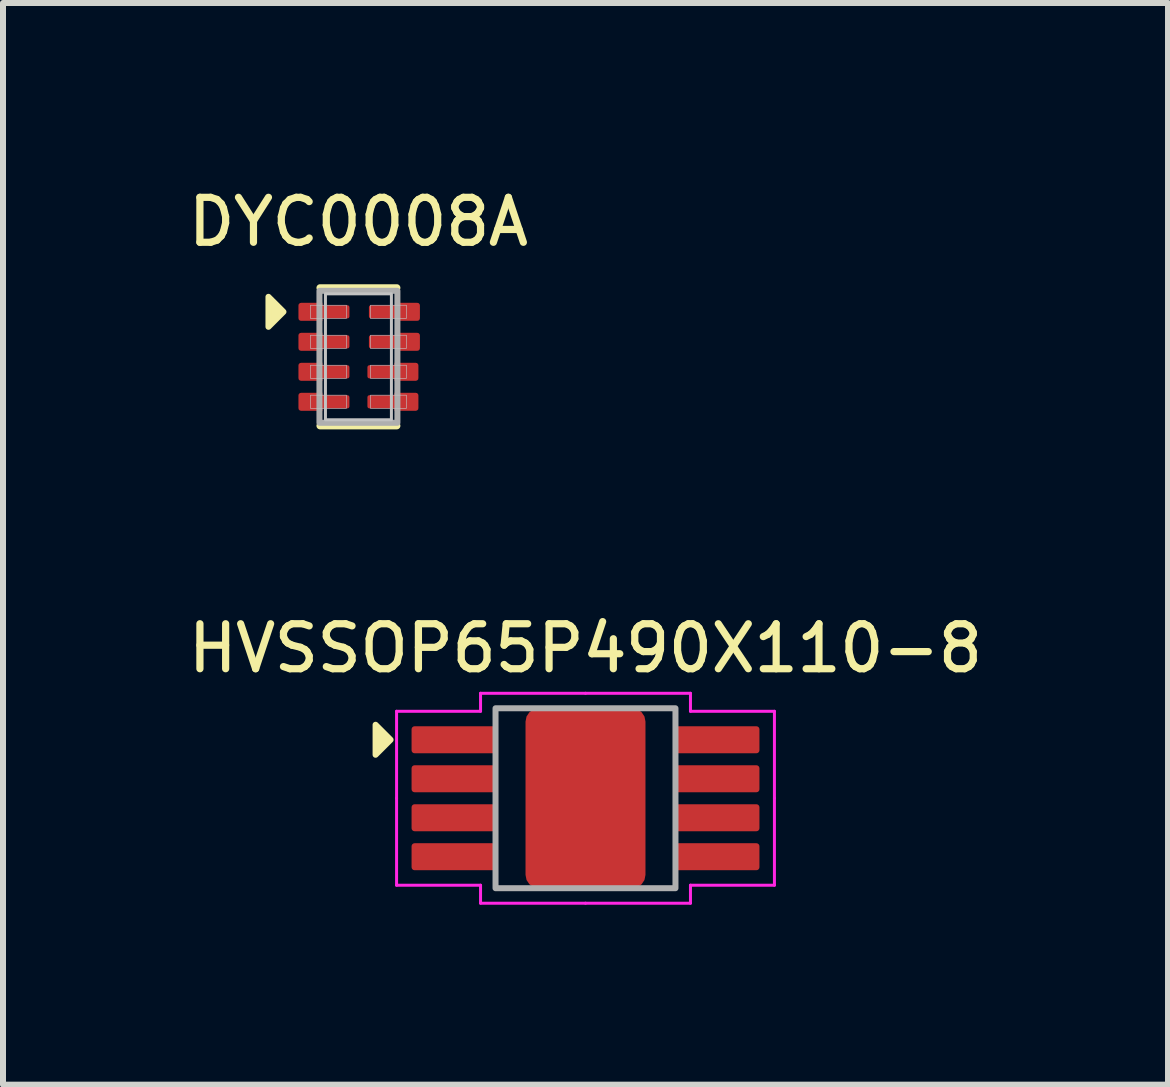
<source format=kicad_pcb>
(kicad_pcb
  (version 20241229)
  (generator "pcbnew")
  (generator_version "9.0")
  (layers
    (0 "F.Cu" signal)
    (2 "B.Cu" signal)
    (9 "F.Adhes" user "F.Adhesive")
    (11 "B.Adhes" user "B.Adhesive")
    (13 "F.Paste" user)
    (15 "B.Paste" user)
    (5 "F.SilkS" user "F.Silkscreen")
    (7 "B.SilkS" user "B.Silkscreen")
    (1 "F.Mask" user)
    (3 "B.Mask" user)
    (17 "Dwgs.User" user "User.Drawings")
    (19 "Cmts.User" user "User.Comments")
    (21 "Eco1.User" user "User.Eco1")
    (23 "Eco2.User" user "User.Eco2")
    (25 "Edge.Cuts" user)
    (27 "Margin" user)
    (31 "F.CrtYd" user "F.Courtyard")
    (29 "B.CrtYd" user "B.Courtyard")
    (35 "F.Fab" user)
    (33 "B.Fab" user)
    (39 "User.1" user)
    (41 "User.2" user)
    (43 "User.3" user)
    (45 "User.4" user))
  (footprint "DYC0008A"
    (layer "F.Cu")
    (at 2.926 2.899)
    (property "Reference" "DYC0008A" (at 0 -2.25 0) (unlocked yes) (layer "F.SilkS") (effects (font (size 0.75 0.75) (thickness 0.12))))
    (attr smd)
    (fp_line (start 0.64 -1.15) (end -0.64 -1.15) (stroke (width 0.12) (type solid)) (layer "F.SilkS"))
    (fp_line (start 0.64 1.15) (end -0.64 1.15) (stroke (width 0.12) (type solid)) (layer "F.SilkS"))
    (fp_poly (pts (xy -1.25 -0.75) (xy -1.5 -0.5) (xy -1.5 -1)) (stroke (width 0.1) (type solid)) (fill yes) (layer "F.SilkS"))
    (fp_rect (start -0.8 -0.86) (end -0.2 -0.64) (stroke (width 0.01) (type solid)) (fill no) (layer "Dwgs.User"))
    (fp_rect (start -0.8 -0.36) (end -0.2 -0.14) (stroke (width 0.01) (type solid)) (fill no) (layer "Dwgs.User"))
    (fp_rect (start -0.8 0.14) (end -0.2 0.36) (stroke (width 0.01) (type solid)) (fill no) (layer "Dwgs.User"))
    (fp_rect (start -0.8 0.64) (end -0.2 0.86) (stroke (width 0.01) (type solid)) (fill no) (layer "Dwgs.User"))
    (fp_rect (start -0.55 -1.05) (end 0.55 1.05) (stroke (width 0.05) (type solid)) (fill no) (layer "Dwgs.User"))
    (fp_rect (start 0.2 -0.86) (end 0.8 -0.64) (stroke (width 0.01) (type solid)) (fill no) (layer "Dwgs.User"))
    (fp_rect (start 0.2 -0.36) (end 0.8 -0.14) (stroke (width 0.01) (type solid)) (fill no) (layer "Dwgs.User"))
    (fp_rect (start 0.2 0.14) (end 0.8 0.36) (stroke (width 0.01) (type solid)) (fill no) (layer "Dwgs.User"))
    (fp_rect (start 0.2 0.64) (end 0.8 0.86) (stroke (width 0.01) (type solid)) (fill no) (layer "Dwgs.User"))
    (fp_rect (start -0.65 -1.1) (end 0.65 1.1) (stroke (width 0.1) (type solid)) (fill no) (layer "F.Fab"))
    (pad "1" smd custom (at -0.575 -0.75) (size 0.22 0.22) (layers "F.Cu" "F.Mask" "F.Paste") (options (anchor circle)) (primitives (gr_poly (pts (xy -0.425 -0.077) (xy -0.422 -0.09) (xy -0.415 -0.1) (xy -0.405 -0.107) (xy -0.392 -0.11) (xy 0.392 -0.11) (xy 0.405 -0.107) (xy 0.415 -0.1) (xy 0.422 -0.09) (xy 0.425 -0.077) (xy 0.425 0.077) (xy 0.422 0.09) (xy 0.415 0.1) (xy 0.405 0.107) (xy 0.392 0.11) (xy -0.392 0.11) (xy -0.405 0.107) (xy -0.415 0.1) (xy -0.422 0.09) (xy -0.425 0.077)) (width 0) (fill yes)) (gr_circle (center -0.385 0.11) (end -0.425 0.11) (width 0) (fill yes)) (gr_circle (center -0.385 -0.11) (end -0.425 -0.11) (width 0) (fill yes)) (gr_poly (pts (xy -0.425 0.11) (xy -0.425 -0.11) (xy -0.385 -0.15) (xy -0.025 -0.15) (xy -0.025 0.15) (xy -0.385 0.15)) (width 0) (fill yes))))
    (pad "2" smd custom (at -0.575 -0.25) (size 0.22 0.22) (layers "F.Cu" "F.Mask" "F.Paste") (options (anchor circle)) (primitives (gr_poly (pts (xy -0.425 -0.077) (xy -0.422 -0.09) (xy -0.415 -0.1) (xy -0.405 -0.107) (xy -0.392 -0.11) (xy 0.392 -0.11) (xy 0.405 -0.107) (xy 0.415 -0.1) (xy 0.422 -0.09) (xy 0.425 -0.077) (xy 0.425 0.077) (xy 0.422 0.09) (xy 0.415 0.1) (xy 0.405 0.107) (xy 0.392 0.11) (xy -0.392 0.11) (xy -0.405 0.107) (xy -0.415 0.1) (xy -0.422 0.09) (xy -0.425 0.077)) (width 0) (fill yes)) (gr_circle (center -0.385 0.11) (end -0.425 0.11) (width 0) (fill yes)) (gr_circle (center -0.385 -0.11) (end -0.425 -0.11) (width 0) (fill yes)) (gr_poly (pts (xy -0.425 0.11) (xy -0.425 -0.11) (xy -0.385 -0.15) (xy -0.025 -0.15) (xy -0.025 0.15) (xy -0.385 0.15)) (width 0) (fill yes))))
    (pad "3" smd custom (at -0.575 0.25) (size 0.22 0.22) (layers "F.Cu" "F.Mask" "F.Paste") (options (anchor circle)) (primitives (gr_poly (pts (xy -0.425 -0.077) (xy -0.422 -0.09) (xy -0.415 -0.1) (xy -0.405 -0.107) (xy -0.392 -0.11) (xy 0.392 -0.11) (xy 0.405 -0.107) (xy 0.415 -0.1) (xy 0.422 -0.09) (xy 0.425 -0.077) (xy 0.425 0.077) (xy 0.422 0.09) (xy 0.415 0.1) (xy 0.405 0.107) (xy 0.392 0.11) (xy -0.392 0.11) (xy -0.405 0.107) (xy -0.415 0.1) (xy -0.422 0.09) (xy -0.425 0.077)) (width 0) (fill yes)) (gr_circle (center -0.385 0.11) (end -0.425 0.11) (width 0) (fill yes)) (gr_circle (center -0.385 -0.11) (end -0.425 -0.11) (width 0) (fill yes)) (gr_poly (pts (xy -0.425 0.11) (xy -0.425 -0.11) (xy -0.385 -0.15) (xy -0.025 -0.15) (xy -0.025 0.15) (xy -0.385 0.15)) (width 0) (fill yes))))
    (pad "4" smd custom (at -0.575 0.75) (size 0.22 0.22) (layers "F.Cu" "F.Mask" "F.Paste") (options (anchor circle)) (primitives (gr_poly (pts (xy -0.425 -0.077) (xy -0.422 -0.09) (xy -0.415 -0.1) (xy -0.405 -0.107) (xy -0.392 -0.11) (xy 0.392 -0.11) (xy 0.405 -0.107) (xy 0.415 -0.1) (xy 0.422 -0.09) (xy 0.425 -0.077) (xy 0.425 0.077) (xy 0.422 0.09) (xy 0.415 0.1) (xy 0.405 0.107) (xy 0.392 0.11) (xy -0.392 0.11) (xy -0.405 0.107) (xy -0.415 0.1) (xy -0.422 0.09) (xy -0.425 0.077)) (width 0) (fill yes)) (gr_circle (center -0.385 0.11) (end -0.425 0.11) (width 0) (fill yes)) (gr_circle (center -0.385 -0.11) (end -0.425 -0.11) (width 0) (fill yes)) (gr_poly (pts (xy -0.425 0.11) (xy -0.425 -0.11) (xy -0.385 -0.15) (xy -0.025 -0.15) (xy -0.025 0.15) (xy -0.385 0.15)) (width 0) (fill yes))))
    (pad "5" smd custom (at 0.575 0.75 180) (size 0.22 0.22) (layers "F.Cu" "F.Mask" "F.Paste") (options (anchor circle)) (primitives (gr_poly (pts (xy -0.425 -0.077) (xy -0.422 -0.09) (xy -0.415 -0.1) (xy -0.405 -0.107) (xy -0.392 -0.11) (xy 0.392 -0.11) (xy 0.405 -0.107) (xy 0.415 -0.1) (xy 0.422 -0.09) (xy 0.425 -0.077) (xy 0.425 0.077) (xy 0.422 0.09) (xy 0.415 0.1) (xy 0.405 0.107) (xy 0.392 0.11) (xy -0.392 0.11) (xy -0.405 0.107) (xy -0.415 0.1) (xy -0.422 0.09) (xy -0.425 0.077)) (width 0) (fill yes)) (gr_circle (center -0.385 0.11) (end -0.425 0.11) (width 0) (fill yes)) (gr_circle (center -0.385 -0.11) (end -0.425 -0.11) (width 0) (fill yes)) (gr_poly (pts (xy -0.425 0.11) (xy -0.425 -0.11) (xy -0.385 -0.15) (xy -0.025 -0.15) (xy -0.025 0.15) (xy -0.385 0.15)) (width 0) (fill yes))))
    (pad "6" smd custom (at 0.575 0.25 180) (size 0.22 0.22) (layers "F.Cu" "F.Mask" "F.Paste") (options (anchor circle)) (primitives (gr_poly (pts (xy -0.425 -0.077) (xy -0.422 -0.09) (xy -0.415 -0.1) (xy -0.405 -0.107) (xy -0.392 -0.11) (xy 0.392 -0.11) (xy 0.405 -0.107) (xy 0.415 -0.1) (xy 0.422 -0.09) (xy 0.425 -0.077) (xy 0.425 0.077) (xy 0.422 0.09) (xy 0.415 0.1) (xy 0.405 0.107) (xy 0.392 0.11) (xy -0.392 0.11) (xy -0.405 0.107) (xy -0.415 0.1) (xy -0.422 0.09) (xy -0.425 0.077)) (width 0) (fill yes)) (gr_circle (center -0.385 0.11) (end -0.425 0.11) (width 0) (fill yes)) (gr_circle (center -0.385 -0.11) (end -0.425 -0.11) (width 0) (fill yes)) (gr_poly (pts (xy -0.425 0.11) (xy -0.425 -0.11) (xy -0.385 -0.15) (xy -0.025 -0.15) (xy -0.025 0.15) (xy -0.385 0.15)) (width 0) (fill yes))))
    (pad "7" smd custom (at 0.6 -0.25 180) (size 0.22 0.22) (layers "F.Cu" "F.Mask" "F.Paste") (options (anchor circle)) (primitives (gr_poly (pts (xy -0.425 -0.077) (xy -0.422 -0.09) (xy -0.415 -0.1) (xy -0.405 -0.107) (xy -0.392 -0.11) (xy 0.392 -0.11) (xy 0.405 -0.107) (xy 0.415 -0.1) (xy 0.422 -0.09) (xy 0.425 -0.077) (xy 0.425 0.077) (xy 0.422 0.09) (xy 0.415 0.1) (xy 0.405 0.107) (xy 0.392 0.11) (xy -0.392 0.11) (xy -0.405 0.107) (xy -0.415 0.1) (xy -0.422 0.09) (xy -0.425 0.077)) (width 0) (fill yes)) (gr_circle (center -0.385 0.11) (end -0.425 0.11) (width 0) (fill yes)) (gr_circle (center -0.385 -0.11) (end -0.425 -0.11) (width 0) (fill yes)) (gr_poly (pts (xy -0.425 0.11) (xy -0.425 -0.11) (xy -0.385 -0.15) (xy -0.025 -0.15) (xy -0.025 0.15) (xy -0.385 0.15)) (width 0) (fill yes))))
    (pad "8" smd custom (at 0.6 -0.75 180) (size 0.22 0.22) (layers "F.Cu" "F.Mask" "F.Paste") (options (anchor circle)) (primitives (gr_poly (pts (xy -0.425 -0.077) (xy -0.422 -0.09) (xy -0.415 -0.1) (xy -0.405 -0.107) (xy -0.392 -0.11) (xy 0.392 -0.11) (xy 0.405 -0.107) (xy 0.415 -0.1) (xy 0.422 -0.09) (xy 0.425 -0.077) (xy 0.425 0.077) (xy 0.422 0.09) (xy 0.415 0.1) (xy 0.405 0.107) (xy 0.392 0.11) (xy -0.392 0.11) (xy -0.405 0.107) (xy -0.415 0.1) (xy -0.422 0.09) (xy -0.425 0.077)) (width 0) (fill yes)) (gr_circle (center -0.385 0.11) (end -0.425 0.11) (width 0) (fill yes)) (gr_circle (center -0.385 -0.11) (end -0.425 -0.11) (width 0) (fill yes)) (gr_poly (pts (xy -0.425 0.11) (xy -0.425 -0.11) (xy -0.385 -0.15) (xy -0.025 -0.15) (xy -0.025 0.15) (xy -0.385 0.15)) (width 0) (fill yes)))))
  (footprint "HVSSOP65P490X110-8"
    (layer "F.Cu")
    (at 6.712 10.259)
    (property "Reference" "HVSSOP65P490X110-8" (at 0 -2.5 0) (unlocked yes) (layer "F.SilkS") (effects (font (size 0.75 0.75) (thickness 0.12))))
    (attr smd)
    (fp_poly (pts (xy -3.25 -0.975) (xy -3.5 -0.725) (xy -3.5 -1.225)) (stroke (width 0.1) (type solid)) (fill yes) (layer "F.SilkS"))
    (fp_rect (start -0.75 -0.91) (end 0.75 0.91) (stroke (width 0.1) (type solid)) (fill yes) (layer "F.Paste"))
    (fp_line (start -3.15 -1.45) (end -1.75 -1.45) (stroke (width 0.05) (type default)) (layer "F.CrtYd"))
    (fp_line (start -3.15 0) (end -3.15 -1.45) (stroke (width 0.05) (type default)) (layer "F.CrtYd"))
    (fp_line (start -3.15 0) (end -3.15 1.45) (stroke (width 0.05) (type default)) (layer "F.CrtYd"))
    (fp_line (start -3.15 1.45) (end -1.75 1.45) (stroke (width 0.05) (type default)) (layer "F.CrtYd"))
    (fp_line (start -1.75 -1.75) (end 0 -1.75) (stroke (width 0.05) (type default)) (layer "F.CrtYd"))
    (fp_line (start -1.75 -1.45) (end -1.75 -1.75) (stroke (width 0.05) (type default)) (layer "F.CrtYd"))
    (fp_line (start -1.75 1.45) (end -1.75 1.75) (stroke (width 0.05) (type default)) (layer "F.CrtYd"))
    (fp_line (start -1.75 1.75) (end 0 1.75) (stroke (width 0.05) (type default)) (layer "F.CrtYd"))
    (fp_line (start 1.75 -1.75) (end 0 -1.75) (stroke (width 0.05) (type default)) (layer "F.CrtYd"))
    (fp_line (start 1.75 -1.45) (end 1.75 -1.75) (stroke (width 0.05) (type default)) (layer "F.CrtYd"))
    (fp_line (start 1.75 1.45) (end 1.75 1.75) (stroke (width 0.05) (type default)) (layer "F.CrtYd"))
    (fp_line (start 1.75 1.75) (end 0 1.75) (stroke (width 0.05) (type default)) (layer "F.CrtYd"))
    (fp_line (start 3.15 -1.45) (end 1.75 -1.45) (stroke (width 0.05) (type default)) (layer "F.CrtYd"))
    (fp_line (start 3.15 0) (end 3.15 -1.45) (stroke (width 0.05) (type default)) (layer "F.CrtYd"))
    (fp_line (start 3.15 0) (end 3.15 1.45) (stroke (width 0.05) (type default)) (layer "F.CrtYd"))
    (fp_line (start 3.15 1.45) (end 1.75 1.45) (stroke (width 0.05) (type default)) (layer "F.CrtYd"))
    (fp_rect (start -1.5 -1.5) (end 1.5 1.5) (stroke (width 0.1) (type solid)) (fill no) (layer "F.Fab"))
    (pad "1" smd roundrect (at -2.2 -0.975) (size 1.4 0.45) (layers "F.Cu" "F.Mask" "F.Paste") (roundrect_rratio 0.111))
    (pad "2" smd roundrect (at -2.2 -0.325) (size 1.4 0.45) (layers "F.Cu" "F.Mask" "F.Paste") (roundrect_rratio 0.111))
    (pad "3" smd roundrect (at -2.2 0.325) (size 1.4 0.45) (layers "F.Cu" "F.Mask" "F.Paste") (roundrect_rratio 0.111))
    (pad "4" smd roundrect (at -2.2 0.975) (size 1.4 0.45) (layers "F.Cu" "F.Mask" "F.Paste") (roundrect_rratio 0.111))
    (pad "5" smd roundrect (at 2.2 0.975) (size 1.4 0.45) (layers "F.Cu" "F.Mask" "F.Paste") (roundrect_rratio 0.111))
    (pad "6" smd roundrect (at 2.2 0.325) (size 1.4 0.45) (layers "F.Cu" "F.Mask" "F.Paste") (roundrect_rratio 0.111))
    (pad "7" smd roundrect (at 2.2 -0.325) (size 1.4 0.45) (layers "F.Cu" "F.Mask" "F.Paste") (roundrect_rratio 0.111))
    (pad "8" smd roundrect (at 2.2 -0.975) (size 1.4 0.45) (layers "F.Cu" "F.Mask" "F.Paste") (roundrect_rratio 0.111))
    (pad "9" smd roundrect (at 0 0) (size 2 3) (layers "F.Cu" "F.Mask") (roundrect_rratio 0.111)))
  (gr_rect
    (start -3 -3)
    (end 16.424 15.034)
    (stroke (width 0.1) (type default))
    (fill no)
    (layer "Edge.Cuts")))
</source>
